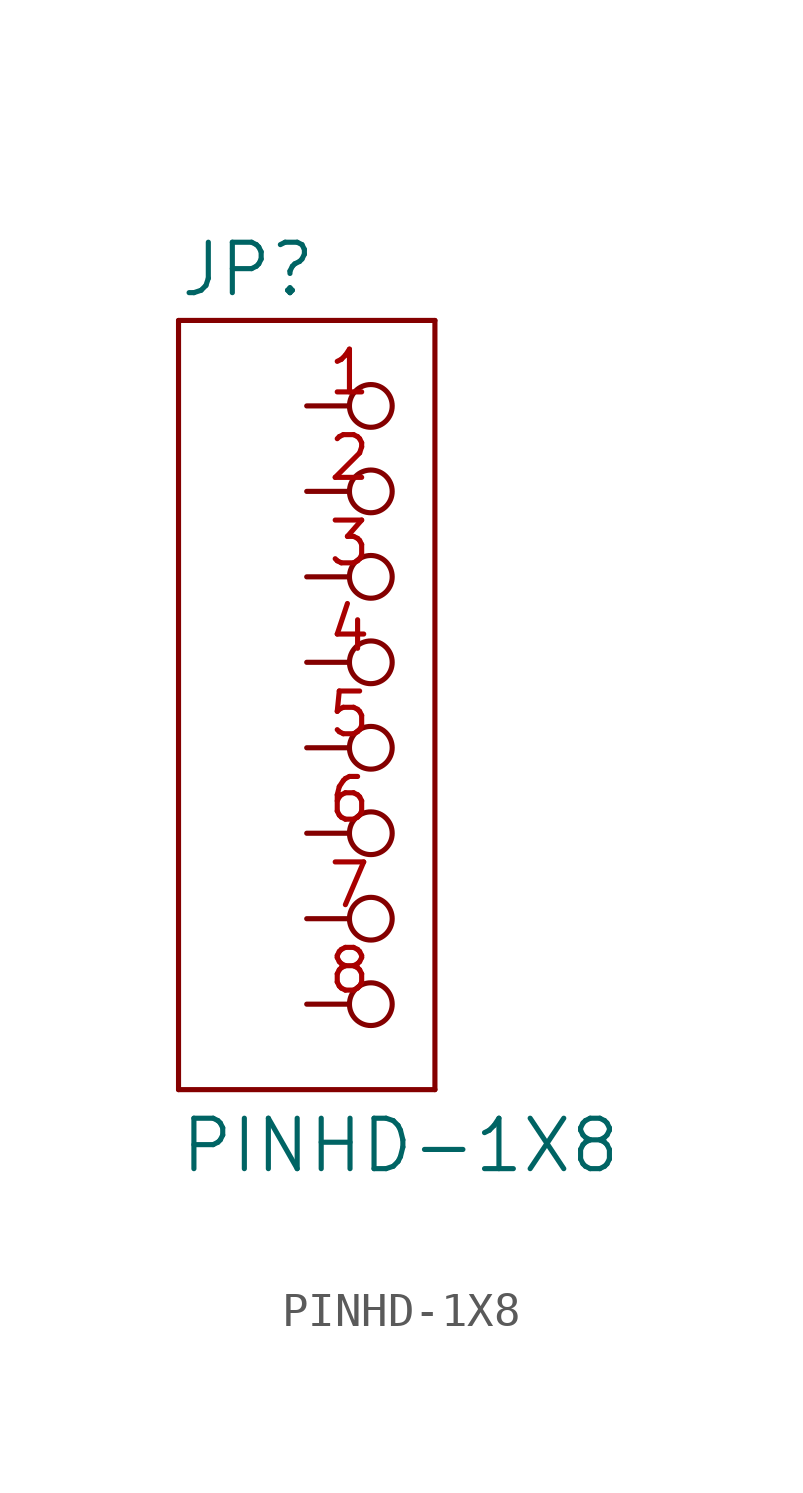
<source format=kicad_sym>
(kicad_symbol_lib
  (version 20220914)
  (generator kicad_symbol_editor)
  (symbol "PINHD-1X8"
    (pin_names
      (offset 1.016))
    (property "Reference" "JP"
      (at -6.35 10.795 0)
      (effects (font (size 1.499 1.499)) (justify left bottom)))
    (property "Value" "PINHD-1X8"
      (at -6.35 -15.24 0)
      (effects (font (size 1.499 1.499)) (justify left bottom)))
    (property "ki_locked" ""
      (at 0 0 0)
      (effects (font (size 1.27 1.27))))
    (symbol "PINHD-1X8_1_0"
      (polyline (pts (xy -6.35 -12.7) (xy 1.27 -12.7)) (stroke (width 0) (type solid)) (fill (type none)))
      (polyline (pts (xy -6.35 10.16) (xy -6.35 -12.7)) (stroke (width 0) (type solid)) (fill (type none)))
      (polyline (pts (xy 1.27 -12.7) (xy 1.27 10.16)) (stroke (width 0) (type solid)) (fill (type none)))
      (polyline (pts (xy 1.27 10.16) (xy -6.35 10.16)) (stroke (width 0) (type solid)) (fill (type none)))
      (pin passive inverted (at -2.54 7.62 0) (length 2.54) (name "1" (effects (font (size 0 0)))) (number "1" (effects (font (size 1.27 1.27)))))
      (pin passive inverted (at -2.54 5.08 0) (length 2.54) (name "2" (effects (font (size 0 0)))) (number "2" (effects (font (size 1.27 1.27)))))
      (pin passive inverted (at -2.54 2.54 0) (length 2.54) (name "3" (effects (font (size 0 0)))) (number "3" (effects (font (size 1.27 1.27)))))
      (pin passive inverted (at -2.54 0 0) (length 2.54) (name "4" (effects (font (size 0 0)))) (number "4" (effects (font (size 1.27 1.27)))))
      (pin passive inverted (at -2.54 -2.54 0) (length 2.54) (name "5" (effects (font (size 0 0)))) (number "5" (effects (font (size 1.27 1.27)))))
      (pin passive inverted (at -2.54 -5.08 0) (length 2.54) (name "6" (effects (font (size 0 0)))) (number "6" (effects (font (size 1.27 1.27)))))
      (pin passive inverted (at -2.54 -7.62 0) (length 2.54) (name "7" (effects (font (size 0 0)))) (number "7" (effects (font (size 1.27 1.27)))))
      (pin passive inverted (at -2.54 -10.16 0) (length 2.54) (name "8" (effects (font (size 0 0)))) (number "8" (effects (font (size 1.27 1.27))))))))
</source>
